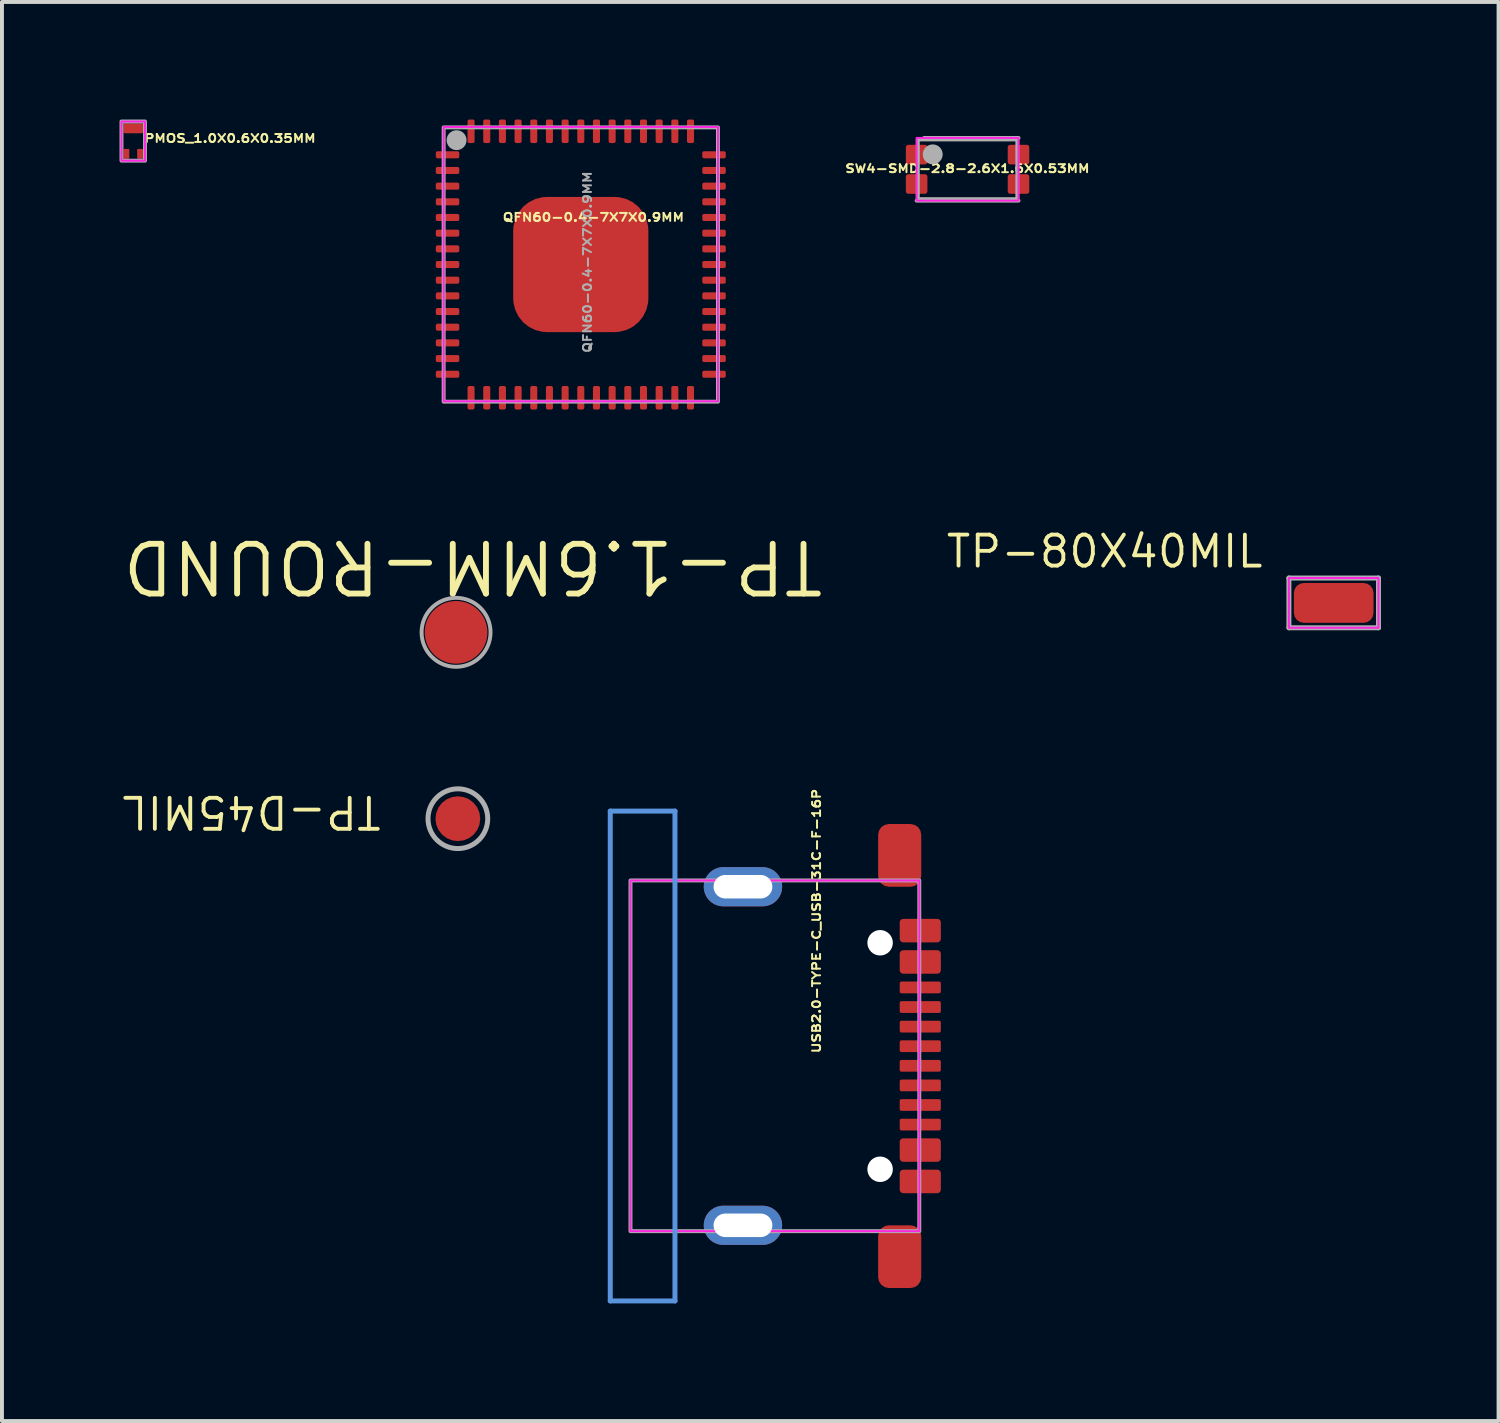
<source format=kicad_pcb>
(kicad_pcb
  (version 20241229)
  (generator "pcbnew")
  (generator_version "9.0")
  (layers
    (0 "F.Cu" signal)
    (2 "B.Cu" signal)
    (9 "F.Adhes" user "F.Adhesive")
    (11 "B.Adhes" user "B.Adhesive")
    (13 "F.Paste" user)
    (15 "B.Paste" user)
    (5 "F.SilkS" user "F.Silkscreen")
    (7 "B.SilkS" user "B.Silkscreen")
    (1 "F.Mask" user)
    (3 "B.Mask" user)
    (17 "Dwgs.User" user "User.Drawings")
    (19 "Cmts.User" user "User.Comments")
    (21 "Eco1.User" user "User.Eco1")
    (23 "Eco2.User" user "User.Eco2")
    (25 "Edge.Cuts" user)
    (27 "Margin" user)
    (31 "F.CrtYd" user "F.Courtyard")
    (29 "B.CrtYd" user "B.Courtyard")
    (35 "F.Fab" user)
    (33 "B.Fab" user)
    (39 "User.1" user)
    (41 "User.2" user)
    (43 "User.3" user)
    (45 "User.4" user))
  (footprint "QFN60-0.4-7X7X0.9MM"
    (layer "F.Cu")
    (at 11.771 3.7)
    (property "Reference" "QFN60-0.4-7X7X0.9MM" (at 0.322 -1.205 0) (unlocked yes) (layer "F.SilkS") (effects (font (size 0.203 0.254) (thickness 0.127))))
    (attr smd)
    (fp_rect (start -3.5 -3.51) (end 3.5 3.49) (stroke (width 0.05) (type default)) (fill no) (layer "F.CrtYd"))
    (fp_rect (start -3.5 -3.5) (end 3.5 3.5) (stroke (width 0.1) (type default)) (fill no) (layer "F.Fab"))
    (fp_circle (center -3.17 -3.173) (end -3.043 -3.173) (stroke (width 0.254) (type default)) (fill no) (layer "F.Fab"))
    (fp_line (start -3.5 -3.5) (end 3.5 -3.5) (stroke (width 0.12) (type default)) (layer "User.3"))
    (fp_line (start -3.5 3.5) (end -3.5 -3.5) (stroke (width 0.12) (type default)) (layer "User.3"))
    (fp_line (start 3.5 -3.5) (end 3.5 3.5) (stroke (width 0.12) (type default)) (layer "User.3"))
    (fp_line (start 3.5 3.5) (end -3.5 3.5) (stroke (width 0.12) (type default)) (layer "User.3"))
    (fp_text user "${REFERENCE}" (at 0.169 -0.062 90) (unlocked yes) (layer "F.Fab") (effects (font (size 0.203 0.254) (thickness 0.127))))
    (pad "1" smd roundrect (at -3.4 -2.8) (size 0.6 0.18) (layers "F.Cu" "F.Mask" "F.Paste") (roundrect_rratio 0.25))
    (pad "2" smd roundrect (at -3.4 -2.4) (size 0.6 0.18) (layers "F.Cu" "F.Mask" "F.Paste") (roundrect_rratio 0.25))
    (pad "3" smd roundrect (at -3.4 -2) (size 0.6 0.18) (layers "F.Cu" "F.Mask" "F.Paste") (roundrect_rratio 0.25))
    (pad "4" smd roundrect (at -3.4 -1.6) (size 0.6 0.18) (layers "F.Cu" "F.Mask" "F.Paste") (roundrect_rratio 0.25))
    (pad "5" smd roundrect (at -3.4 -1.2) (size 0.6 0.18) (layers "F.Cu" "F.Mask" "F.Paste") (roundrect_rratio 0.25))
    (pad "6" smd roundrect (at -3.4 -0.8) (size 0.6 0.18) (layers "F.Cu" "F.Mask" "F.Paste") (roundrect_rratio 0.25))
    (pad "7" smd roundrect (at -3.4 -0.4) (size 0.6 0.18) (layers "F.Cu" "F.Mask" "F.Paste") (roundrect_rratio 0.25))
    (pad "8" smd roundrect (at -3.4 0) (size 0.6 0.18) (layers "F.Cu" "F.Mask" "F.Paste") (roundrect_rratio 0.25))
    (pad "9" smd roundrect (at -3.4 0.4) (size 0.6 0.18) (layers "F.Cu" "F.Mask" "F.Paste") (roundrect_rratio 0.25))
    (pad "10" smd roundrect (at -3.4 0.8) (size 0.6 0.18) (layers "F.Cu" "F.Mask" "F.Paste") (roundrect_rratio 0.25))
    (pad "11" smd roundrect (at -3.4 1.2) (size 0.6 0.18) (layers "F.Cu" "F.Mask" "F.Paste") (roundrect_rratio 0.25))
    (pad "12" smd roundrect (at -3.4 1.6) (size 0.6 0.18) (layers "F.Cu" "F.Mask" "F.Paste") (roundrect_rratio 0.25))
    (pad "13" smd roundrect (at -3.4 2) (size 0.6 0.18) (layers "F.Cu" "F.Mask" "F.Paste") (roundrect_rratio 0.25))
    (pad "14" smd roundrect (at -3.4 2.4) (size 0.6 0.18) (layers "F.Cu" "F.Mask" "F.Paste") (roundrect_rratio 0.25))
    (pad "15" smd roundrect (at -3.4 2.8) (size 0.6 0.18) (layers "F.Cu" "F.Mask" "F.Paste") (roundrect_rratio 0.25))
    (pad "16" smd roundrect (at -2.8 3.4 90) (size 0.6 0.18) (layers "F.Cu" "F.Mask" "F.Paste") (roundrect_rratio 0.25))
    (pad "17" smd roundrect (at -2.4 3.4 90) (size 0.6 0.18) (layers "F.Cu" "F.Mask" "F.Paste") (roundrect_rratio 0.25))
    (pad "18" smd roundrect (at -2 3.4 90) (size 0.6 0.18) (layers "F.Cu" "F.Mask" "F.Paste") (roundrect_rratio 0.25))
    (pad "19" smd roundrect (at -1.6 3.4 90) (size 0.6 0.18) (layers "F.Cu" "F.Mask" "F.Paste") (roundrect_rratio 0.25))
    (pad "20" smd roundrect (at -1.2 3.4 90) (size 0.6 0.18) (layers "F.Cu" "F.Mask" "F.Paste") (roundrect_rratio 0.25))
    (pad "21" smd roundrect (at -0.8 3.4 90) (size 0.6 0.18) (layers "F.Cu" "F.Mask" "F.Paste") (roundrect_rratio 0.25))
    (pad "22" smd roundrect (at -0.4 3.4 90) (size 0.6 0.18) (layers "F.Cu" "F.Mask" "F.Paste") (roundrect_rratio 0.25))
    (pad "23" smd roundrect (at 0 3.4 90) (size 0.6 0.18) (layers "F.Cu" "F.Mask" "F.Paste") (roundrect_rratio 0.25))
    (pad "24" smd roundrect (at 0.4 3.4 90) (size 0.6 0.18) (layers "F.Cu" "F.Mask" "F.Paste") (roundrect_rratio 0.25))
    (pad "25" smd roundrect (at 0.8 3.4 90) (size 0.6 0.18) (layers "F.Cu" "F.Mask" "F.Paste") (roundrect_rratio 0.25))
    (pad "26" smd roundrect (at 1.2 3.4 90) (size 0.6 0.18) (layers "F.Cu" "F.Mask" "F.Paste") (roundrect_rratio 0.25))
    (pad "27" smd roundrect (at 1.6 3.4 90) (size 0.6 0.18) (layers "F.Cu" "F.Mask" "F.Paste") (roundrect_rratio 0.25))
    (pad "28" smd roundrect (at 2 3.4 90) (size 0.6 0.18) (layers "F.Cu" "F.Mask" "F.Paste") (roundrect_rratio 0.25))
    (pad "29" smd roundrect (at 2.4 3.4 90) (size 0.6 0.18) (layers "F.Cu" "F.Mask" "F.Paste") (roundrect_rratio 0.25))
    (pad "30" smd roundrect (at 2.8 3.4 90) (size 0.6 0.18) (layers "F.Cu" "F.Mask" "F.Paste") (roundrect_rratio 0.25))
    (pad "31" smd roundrect (at 3.4 2.8) (size 0.6 0.18) (layers "F.Cu" "F.Mask" "F.Paste") (roundrect_rratio 0.25))
    (pad "32" smd roundrect (at 3.4 2.4) (size 0.6 0.18) (layers "F.Cu" "F.Mask" "F.Paste") (roundrect_rratio 0.25))
    (pad "33" smd roundrect (at 3.4 2) (size 0.6 0.18) (layers "F.Cu" "F.Mask" "F.Paste") (roundrect_rratio 0.25))
    (pad "34" smd roundrect (at 3.4 1.6) (size 0.6 0.18) (layers "F.Cu" "F.Mask" "F.Paste") (roundrect_rratio 0.25))
    (pad "35" smd roundrect (at 3.4 1.2) (size 0.6 0.18) (layers "F.Cu" "F.Mask" "F.Paste") (roundrect_rratio 0.25))
    (pad "36" smd roundrect (at 3.4 0.8) (size 0.6 0.18) (layers "F.Cu" "F.Mask" "F.Paste") (roundrect_rratio 0.25))
    (pad "37" smd roundrect (at 3.4 0.4) (size 0.6 0.18) (layers "F.Cu" "F.Mask" "F.Paste") (roundrect_rratio 0.25))
    (pad "38" smd roundrect (at 3.4 0) (size 0.6 0.18) (layers "F.Cu" "F.Mask" "F.Paste") (roundrect_rratio 0.25))
    (pad "39" smd roundrect (at 3.4 -0.4) (size 0.6 0.18) (layers "F.Cu" "F.Mask" "F.Paste") (roundrect_rratio 0.25))
    (pad "40" smd roundrect (at 3.4 -0.8) (size 0.6 0.18) (layers "F.Cu" "F.Mask" "F.Paste") (roundrect_rratio 0.25))
    (pad "41" smd roundrect (at 3.4 -1.2) (size 0.6 0.18) (layers "F.Cu" "F.Mask" "F.Paste") (roundrect_rratio 0.25))
    (pad "42" smd roundrect (at 3.4 -1.6) (size 0.6 0.18) (layers "F.Cu" "F.Mask" "F.Paste") (roundrect_rratio 0.25))
    (pad "43" smd roundrect (at 3.4 -2) (size 0.6 0.18) (layers "F.Cu" "F.Mask" "F.Paste") (roundrect_rratio 0.25))
    (pad "44" smd roundrect (at 3.4 -2.4) (size 0.6 0.18) (layers "F.Cu" "F.Mask" "F.Paste") (roundrect_rratio 0.25))
    (pad "45" smd roundrect (at 3.4 -2.8) (size 0.6 0.18) (layers "F.Cu" "F.Mask" "F.Paste") (roundrect_rratio 0.25))
    (pad "46" smd roundrect (at 2.8 -3.4 90) (size 0.6 0.18) (layers "F.Cu" "F.Mask" "F.Paste") (roundrect_rratio 0.25))
    (pad "47" smd roundrect (at 2.4 -3.4 90) (size 0.6 0.18) (layers "F.Cu" "F.Mask" "F.Paste") (roundrect_rratio 0.25))
    (pad "48" smd roundrect (at 2 -3.4 90) (size 0.6 0.18) (layers "F.Cu" "F.Mask" "F.Paste") (roundrect_rratio 0.25))
    (pad "49" smd roundrect (at 1.6 -3.4 90) (size 0.6 0.18) (layers "F.Cu" "F.Mask" "F.Paste") (roundrect_rratio 0.25))
    (pad "50" smd roundrect (at 1.2 -3.4 90) (size 0.6 0.18) (layers "F.Cu" "F.Mask" "F.Paste") (roundrect_rratio 0.25))
    (pad "51" smd roundrect (at 0.8 -3.4 90) (size 0.6 0.18) (layers "F.Cu" "F.Mask" "F.Paste") (roundrect_rratio 0.25))
    (pad "52" smd roundrect (at 0.4 -3.4 90) (size 0.6 0.18) (layers "F.Cu" "F.Mask" "F.Paste") (roundrect_rratio 0.25))
    (pad "53" smd roundrect (at 0 -3.4 90) (size 0.6 0.18) (layers "F.Cu" "F.Mask" "F.Paste") (roundrect_rratio 0.25))
    (pad "54" smd roundrect (at -0.4 -3.4 90) (size 0.6 0.18) (layers "F.Cu" "F.Mask" "F.Paste") (roundrect_rratio 0.25))
    (pad "55" smd roundrect (at -0.8 -3.4 90) (size 0.6 0.18) (layers "F.Cu" "F.Mask" "F.Paste") (roundrect_rratio 0.25))
    (pad "56" smd roundrect (at -1.2 -3.4 90) (size 0.6 0.18) (layers "F.Cu" "F.Mask" "F.Paste") (roundrect_rratio 0.25))
    (pad "57" smd roundrect (at -1.6 -3.4 90) (size 0.6 0.18) (layers "F.Cu" "F.Mask" "F.Paste") (roundrect_rratio 0.25))
    (pad "58" smd roundrect (at -2 -3.4 90) (size 0.6 0.18) (layers "F.Cu" "F.Mask" "F.Paste") (roundrect_rratio 0.25))
    (pad "59" smd roundrect (at -2.4 -3.4 90) (size 0.6 0.18) (layers "F.Cu" "F.Mask" "F.Paste") (roundrect_rratio 0.25))
    (pad "60" smd roundrect (at -2.8 -3.4 90) (size 0.6 0.18) (layers "F.Cu" "F.Mask" "F.Paste") (roundrect_rratio 0.25))
    (pad "61" smd roundrect (at 0 0 90) (size 3.45 3.45) (layers "F.Cu" "F.Mask" "F.Paste") (roundrect_rratio 0.25)))
  (footprint "TP-1.6MM-ROUND"
    (layer "F.Cu")
    (at 8.588 13.086)
    (property "Reference" "TP-1.6MM-ROUND" (at 0.43 -1.68 180) (unlocked yes) (layer "F.SilkS") (effects (font (size 1.27 1.27) (thickness 0.15))))
    (fp_line (start -0.738 0.493) (end -0.738 -0.007) (stroke (width 0.01) (type solid)) (layer "F.Mask"))
    (fp_circle (center 0 0) (end 0.88 0) (stroke (width 0.1) (type default)) (fill no) (layer "F.Fab"))
    (pad "1" smd circle (at 0 0 180) (size 1.6 1.6) (layers "F.Cu" "F.Mask")))
  (footprint "PMOS_1.0X0.6X0.35MM"
    (layer "F.Cu")
    (at 0.35 0.55)
    (property "Reference" "PMOS_1.0X0.6X0.35MM" (at 0.253 -0.069 180) (layer "F.SilkS") (effects (font (size 0.203 0.254) (thickness 0.127)) (justify left)))
    (fp_rect (start -0.3 -0.5) (end 0.3 0.5) (stroke (width 0.05) (type default)) (fill no) (layer "F.CrtYd"))
    (fp_rect (start -0.3 -0.5) (end 0.3 0.5) (stroke (width 0.1) (type default)) (fill no) (layer "F.Fab"))
    (pad "1" smd roundrect (at -0.175 0.325 90) (size 0.25 0.15) (layers "F.Cu" "F.Mask" "F.Paste") (roundrect_rratio 0.15))
    (pad "2" smd roundrect (at 0.175 0.325 90) (size 0.25 0.15) (layers "F.Cu" "F.Mask" "F.Paste") (roundrect_rratio 0.15))
    (pad "3" smd roundrect (at 0 -0.325) (size 0.5 0.25) (layers "F.Cu" "F.Mask" "F.Paste") (roundrect_rratio 0.15)))
  (footprint "TP-80X40MIL"
    (layer "F.Cu")
    (at 30.984 12.335)
    (property "Reference" "TP-80X40MIL" (at -1.75 -0.85 0) (layer "F.SilkS") (effects (font (size 0.791 0.791) (thickness 0.098)) (justify right bottom)))
    (fp_rect (start 1.143 0.635) (end -1.143 -0.635) (stroke (width 0.05) (type default)) (fill no) (layer "F.CrtYd"))
    (fp_line (start -1.143 -0.635) (end -1.143 0.635) (stroke (width 0.127) (type solid)) (layer "F.Fab"))
    (fp_line (start -1.143 0.635) (end 1.143 0.635) (stroke (width 0.127) (type solid)) (layer "F.Fab"))
    (fp_line (start 1.143 -0.635) (end -1.143 -0.635) (stroke (width 0.127) (type solid)) (layer "F.Fab"))
    (fp_line (start 1.143 0.635) (end 1.143 -0.635) (stroke (width 0.127) (type solid)) (layer "F.Fab"))
    (pad "1" smd roundrect (at 0 0) (size 2.032 1.016) (layers "F.Cu" "F.Mask" "F.Paste") (roundrect_rratio 0.25)))
  (footprint "USB2.0-TYPE-C_USB-31C-F-16P"
    (layer "F.Cu")
    (at 20.659 23.898)
    (property "Reference" "USB2.0-TYPE-C_USB-31C-F-16P" (at -2.755 -0.043 90) (layer "F.SilkS") (effects (font (size 0.203 0.254) (thickness 0.127)) (justify left bottom)))
    (fp_line (start -8.136 -6.25) (end -8.136 6.25) (stroke (width 0.127) (type solid)) (layer "Cmts.User"))
    (fp_line (start -8.136 6.25) (end -6.485 6.25) (stroke (width 0.127) (type solid)) (layer "Cmts.User"))
    (fp_line (start -6.485 -6.25) (end -8.136 -6.25) (stroke (width 0.127) (type solid)) (layer "Cmts.User"))
    (fp_line (start -6.485 6.25) (end -6.485 -6.25) (stroke (width 0.127) (type solid)) (layer "Cmts.User"))
    (fp_line (start 0.025 0) (end 0.075 0) (stroke (width 0.001) (type solid)) (layer "Cmts.User"))
    (fp_line (start 0.1 -0.025) (end 0.1 0.025) (stroke (width 0.001) (type solid)) (layer "Cmts.User"))
    (fp_rect (start -7.62 -4.48) (end -0.25 4.47) (stroke (width 0.05) (type default)) (fill no) (layer "F.CrtYd"))
    (fp_rect (start -7.62 -4.48) (end -0.25 4.47) (stroke (width 0.1) (type default)) (fill no) (layer "F.Fab"))
    (fp_line (start -7.6 -4.47) (end -5.88 -4.47) (stroke (width 0.127) (type solid)) (layer "User.3"))
    (fp_line (start -7.6 4.47) (end -7.6 -4.47) (stroke (width 0.127) (type solid)) (layer "User.3"))
    (fp_line (start -5.87 4.47) (end -7.6 4.47) (stroke (width 0.127) (type solid)) (layer "User.3"))
    (fp_line (start -3.64 -4.47) (end -1.62 -4.47) (stroke (width 0.127) (type solid)) (layer "User.3"))
    (fp_line (start -1.62 4.47) (end -3.64 4.47) (stroke (width 0.127) (type solid)) (layer "User.3"))
    (fp_line (start -0.25 -3.64) (end -0.25 -4.21) (stroke (width 0.127) (type solid)) (layer "User.3"))
    (fp_line (start -0.25 4.2) (end -0.25 3.63) (stroke (width 0.127) (type solid)) (layer "User.3"))
    (pad "" np_thru_hole circle (at -1.25 -2.89) (size 0.65 0.65) (drill 0.65) (layers "*.Cu" "*.Mask"))
    (pad "" np_thru_hole circle (at -1.25 2.89) (size 0.65 0.65) (drill 0.65) (layers "*.Cu" "*.Mask"))
    (pad "A1_B12" smd roundrect (at -0.225 -3.2) (size 1.05 0.6) (layers "F.Cu" "F.Mask" "F.Paste") (roundrect_rratio 0.15))
    (pad "A4_B9" smd roundrect (at -0.225 -2.4) (size 1.05 0.6) (layers "F.Cu" "F.Mask" "F.Paste") (roundrect_rratio 0.15))
    (pad "A5" smd roundrect (at -0.225 -1.25) (size 1.05 0.3) (layers "F.Cu" "F.Mask" "F.Paste") (roundrect_rratio 0.15))
    (pad "A6" smd roundrect (at -0.225 -0.25) (size 1.05 0.3) (layers "F.Cu" "F.Mask" "F.Paste") (roundrect_rratio 0.15))
    (pad "A7" smd roundrect (at -0.225 0.25) (size 1.05 0.3) (layers "F.Cu" "F.Mask" "F.Paste") (roundrect_rratio 0.15))
    (pad "A8" smd roundrect (at -0.225 1.25) (size 1.05 0.3) (layers "F.Cu" "F.Mask" "F.Paste") (roundrect_rratio 0.15))
    (pad "B1_A12" smd roundrect (at -0.225 3.2) (size 1.05 0.6) (layers "F.Cu" "F.Mask" "F.Paste") (roundrect_rratio 0.15))
    (pad "B4_A9" smd roundrect (at -0.225 2.4) (size 1.05 0.6) (layers "F.Cu" "F.Mask" "F.Paste") (roundrect_rratio 0.15))
    (pad "B5" smd roundrect (at -0.225 1.75) (size 1.05 0.3) (layers "F.Cu" "F.Mask" "F.Paste") (roundrect_rratio 0.15))
    (pad "B6" smd roundrect (at -0.225 0.75) (size 1.05 0.3) (layers "F.Cu" "F.Mask" "F.Paste") (roundrect_rratio 0.15))
    (pad "B7" smd roundrect (at -0.225 -0.75) (size 1.05 0.3) (layers "F.Cu" "F.Mask" "F.Paste") (roundrect_rratio 0.15))
    (pad "B8" smd roundrect (at -0.225 -1.75) (size 1.05 0.3) (layers "F.Cu" "F.Mask" "F.Paste") (roundrect_rratio 0.15))
    (pad "S1" thru_hole oval (at -4.75 -4.32) (size 2 1) (drill oval 1.5 0.6) (layers "*.Cu" "*.Mask" "F.Paste"))
    (pad "S2" thru_hole oval (at -4.75 4.32) (size 2 1) (drill oval 1.5 0.6) (layers "*.Cu" "*.Mask" "F.Paste"))
    (pad "S3" smd roundrect (at -0.75 -5.12 90) (size 1.6 1.1) (layers "F.Cu" "F.Mask" "F.Paste") (roundrect_rratio 0.25))
    (pad "S4" smd roundrect (at -0.75 5.12 90) (size 1.6 1.1) (layers "F.Cu" "F.Mask" "F.Paste") (roundrect_rratio 0.25)))
  (footprint "TP-D45MIL"
    (layer "F.Cu")
    (at 8.634 17.842)
    (property "Reference" "TP-D45MIL" (at -1.905 -0.635 180) (unlocked yes) (layer "F.SilkS") (effects (font (size 0.791 0.791) (thickness 0.098)) (justify left bottom)))
    (fp_circle (center 0 0) (end 0.762 0) (stroke (width 0.127) (type solid)) (fill no) (layer "F.Fab"))
    (pad "T" smd roundrect (at 0 0 180) (size 1.143 1.143) (layers "F.Cu" "F.Mask") (roundrect_rratio 0.5)))
  (footprint "SW4-SMD-2.8-2.6X1.6X0.53MM"
    (layer "F.Cu")
    (at 21.641 1.27)
    (property "Reference" "SW4-SMD-2.8-2.6X1.6X0.53MM" (at -0.005 -0.018 180) (layer "F.SilkS") (effects (font (size 0.203 0.254) (thickness 0.051))))
    (fp_rect (start 1.3 0.8) (end -1.3 -0.8) (stroke (width 0.05) (type default)) (fill no) (layer "F.CrtYd"))
    (fp_line (start -1.3 0.8) (end 1.3 0.8) (stroke (width 0.1) (type solid)) (layer "F.Fab"))
    (fp_line (start 1.3 -0.8) (end -1.109 -0.8) (stroke (width 0.1) (type solid)) (layer "F.Fab"))
    (fp_rect (start -1.27 -0.762) (end 1.27 0.762) (stroke (width 0.1) (type default)) (fill no) (layer "F.Fab"))
    (fp_circle (center -0.889 -0.381) (end -0.762 -0.381) (stroke (width 0.254) (type default)) (fill no) (layer "F.Fab"))
    (fp_circle (center -1.524 -1.016) (end -1.397 -1.016) (stroke (width 0.254) (type default)) (fill no) (layer "User.3"))
    (pad "1" smd roundrect (at -1.3 -0.375) (size 0.55 0.5) (layers "F.Cu" "F.Mask" "F.Paste") (roundrect_rratio 0.125))
    (pad "2" smd roundrect (at -1.3 0.375) (size 0.55 0.5) (layers "F.Cu" "F.Mask" "F.Paste") (roundrect_rratio 0.125))
    (pad "3" smd roundrect (at 1.3 -0.375) (size 0.55 0.5) (layers "F.Cu" "F.Mask" "F.Paste") (roundrect_rratio 0.125))
    (pad "4" smd roundrect (at 1.3 0.375) (size 0.55 0.5) (layers "F.Cu" "F.Mask" "F.Paste") (roundrect_rratio 0.125)))
  (gr_rect
    (start -3 -3)
    (end 35.191 33.212)
    (stroke (width 0.1) (type default))
    (fill no)
    (layer "Edge.Cuts")))
</source>
